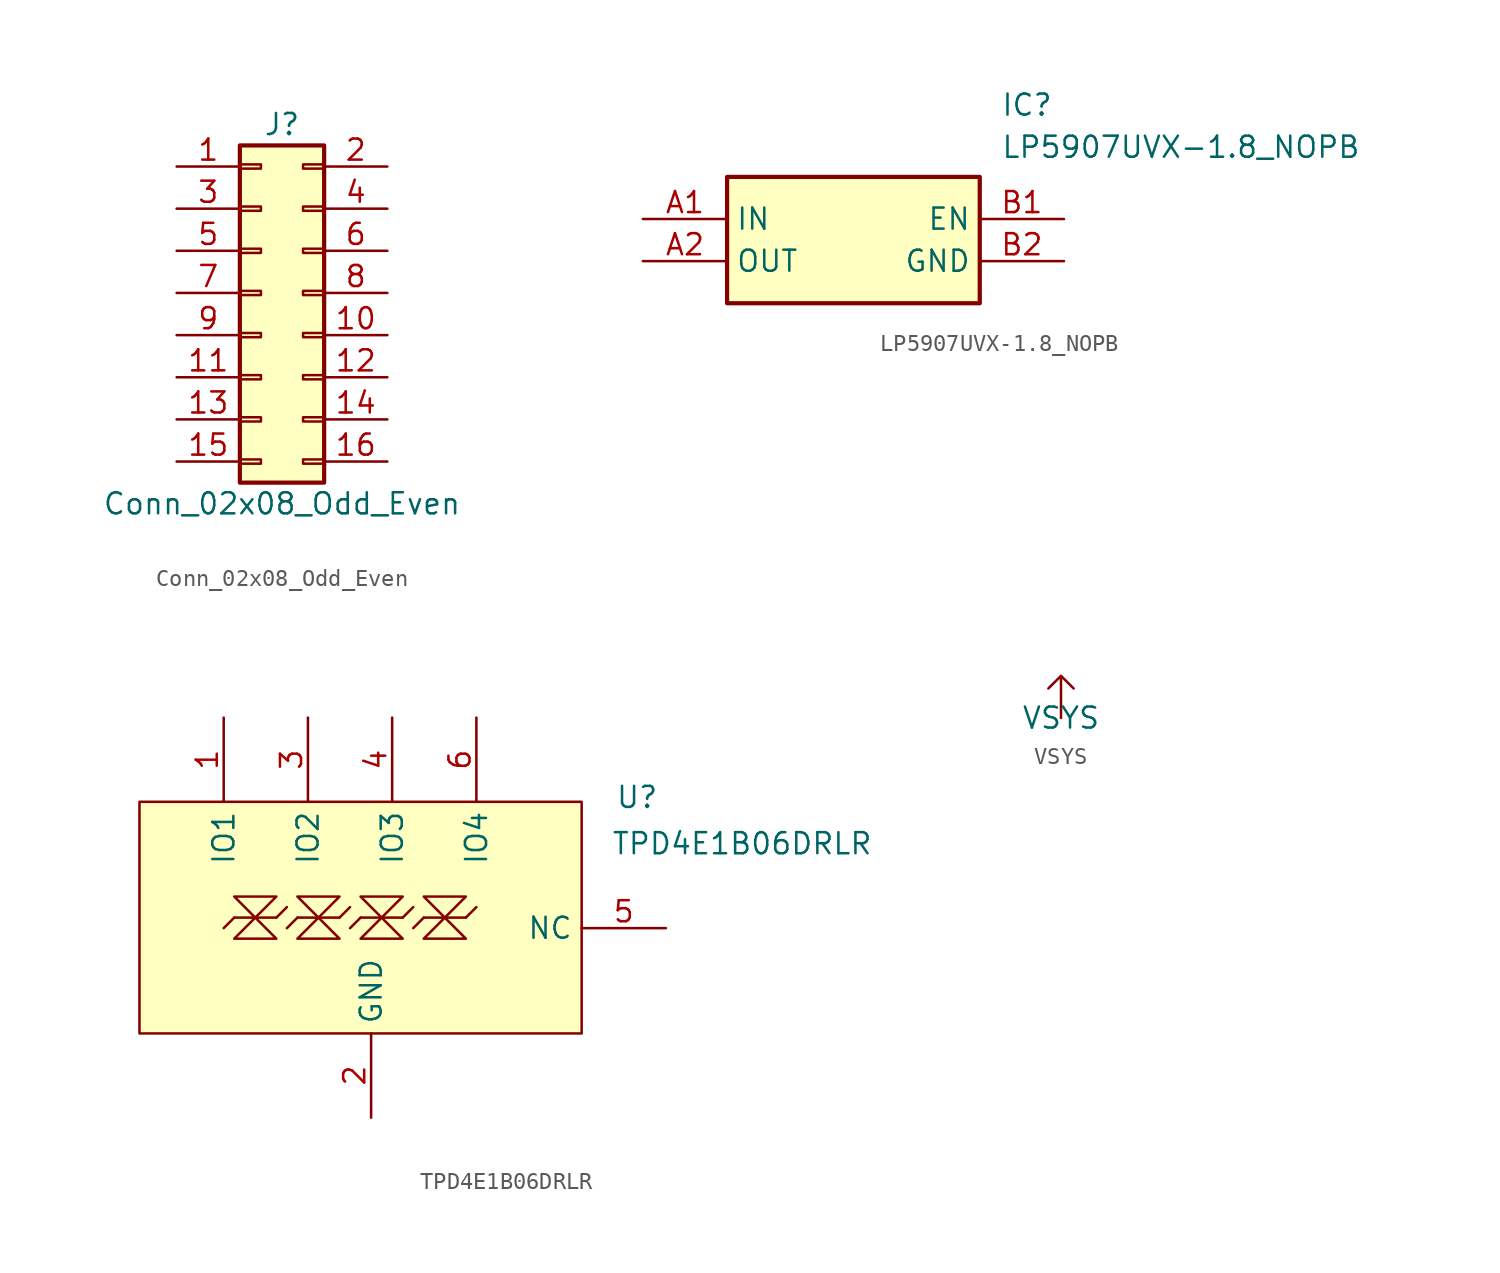
<source format=kicad_sym>
(kicad_symbol_lib
  (version 20231120)
  (generator "kicad_symbol_editor")
  (generator_version "8.0")
  (symbol "Conn_02x08_Odd_Even"
    (pin_names
      (offset 1.016) hide)
    (property "Reference" "J"
      (at 1.27 10.16 0)
      (effects (font (size 1.27 1.27))))
    (property "Value" "Conn_02x08_Odd_Even"
      (at 1.27 -12.7 0)
      (effects (font (size 1.27 1.27))))
    (symbol "Conn_02x08_Odd_Even_1_1"
      (rectangle (start -1.27 -10.033) (end 0 -10.287) (stroke (width 0.152) (type default)) (fill (type none)))
      (rectangle (start -1.27 -7.493) (end 0 -7.747) (stroke (width 0.152) (type default)) (fill (type none)))
      (rectangle (start -1.27 -4.953) (end 0 -5.207) (stroke (width 0.152) (type default)) (fill (type none)))
      (rectangle (start -1.27 -2.413) (end 0 -2.667) (stroke (width 0.152) (type default)) (fill (type none)))
      (rectangle (start -1.27 0.127) (end 0 -0.127) (stroke (width 0.152) (type default)) (fill (type none)))
      (rectangle (start -1.27 2.667) (end 0 2.413) (stroke (width 0.152) (type default)) (fill (type none)))
      (rectangle (start -1.27 5.207) (end 0 4.953) (stroke (width 0.152) (type default)) (fill (type none)))
      (rectangle (start -1.27 7.747) (end 0 7.493) (stroke (width 0.152) (type default)) (fill (type none)))
      (rectangle (start -1.27 8.89) (end 3.81 -11.43) (stroke (width 0.254) (type default)) (fill (type background)))
      (rectangle (start 3.81 -10.033) (end 2.54 -10.287) (stroke (width 0.152) (type default)) (fill (type none)))
      (rectangle (start 3.81 -7.493) (end 2.54 -7.747) (stroke (width 0.152) (type default)) (fill (type none)))
      (rectangle (start 3.81 -4.953) (end 2.54 -5.207) (stroke (width 0.152) (type default)) (fill (type none)))
      (rectangle (start 3.81 -2.413) (end 2.54 -2.667) (stroke (width 0.152) (type default)) (fill (type none)))
      (rectangle (start 3.81 0.127) (end 2.54 -0.127) (stroke (width 0.152) (type default)) (fill (type none)))
      (rectangle (start 3.81 2.667) (end 2.54 2.413) (stroke (width 0.152) (type default)) (fill (type none)))
      (rectangle (start 3.81 5.207) (end 2.54 4.953) (stroke (width 0.152) (type default)) (fill (type none)))
      (rectangle (start 3.81 7.747) (end 2.54 7.493) (stroke (width 0.152) (type default)) (fill (type none)))
      (pin passive line (at -5.08 7.62 0) (length 3.81) (name "Pin_1" (effects (font (size 1.27 1.27)))) (number "1" (effects (font (size 1.27 1.27)))))
      (pin passive line (at 7.62 -2.54 180) (length 3.81) (name "Pin_10" (effects (font (size 1.27 1.27)))) (number "10" (effects (font (size 1.27 1.27)))))
      (pin passive line (at -5.08 -5.08 0) (length 3.81) (name "Pin_11" (effects (font (size 1.27 1.27)))) (number "11" (effects (font (size 1.27 1.27)))))
      (pin passive line (at 7.62 -5.08 180) (length 3.81) (name "Pin_12" (effects (font (size 1.27 1.27)))) (number "12" (effects (font (size 1.27 1.27)))))
      (pin passive line (at -5.08 -7.62 0) (length 3.81) (name "Pin_13" (effects (font (size 1.27 1.27)))) (number "13" (effects (font (size 1.27 1.27)))))
      (pin passive line (at 7.62 -7.62 180) (length 3.81) (name "Pin_14" (effects (font (size 1.27 1.27)))) (number "14" (effects (font (size 1.27 1.27)))))
      (pin passive line (at -5.08 -10.16 0) (length 3.81) (name "Pin_15" (effects (font (size 1.27 1.27)))) (number "15" (effects (font (size 1.27 1.27)))))
      (pin passive line (at 7.62 -10.16 180) (length 3.81) (name "Pin_16" (effects (font (size 1.27 1.27)))) (number "16" (effects (font (size 1.27 1.27)))))
      (pin passive line (at 7.62 7.62 180) (length 3.81) (name "Pin_2" (effects (font (size 1.27 1.27)))) (number "2" (effects (font (size 1.27 1.27)))))
      (pin passive line (at -5.08 5.08 0) (length 3.81) (name "Pin_3" (effects (font (size 1.27 1.27)))) (number "3" (effects (font (size 1.27 1.27)))))
      (pin passive line (at 7.62 5.08 180) (length 3.81) (name "Pin_4" (effects (font (size 1.27 1.27)))) (number "4" (effects (font (size 1.27 1.27)))))
      (pin passive line (at -5.08 2.54 0) (length 3.81) (name "Pin_5" (effects (font (size 1.27 1.27)))) (number "5" (effects (font (size 1.27 1.27)))))
      (pin passive line (at 7.62 2.54 180) (length 3.81) (name "Pin_6" (effects (font (size 1.27 1.27)))) (number "6" (effects (font (size 1.27 1.27)))))
      (pin passive line (at -5.08 0 0) (length 3.81) (name "Pin_7" (effects (font (size 1.27 1.27)))) (number "7" (effects (font (size 1.27 1.27)))))
      (pin passive line (at 7.62 0 180) (length 3.81) (name "Pin_8" (effects (font (size 1.27 1.27)))) (number "8" (effects (font (size 1.27 1.27)))))
      (pin passive line (at -5.08 -2.54 0) (length 3.81) (name "Pin_9" (effects (font (size 1.27 1.27)))) (number "9" (effects (font (size 1.27 1.27)))))))
  (symbol "LP5907UVX-1.8_NOPB"
    (property "Reference" "IC"
      (at 21.59 7.62 0)
      (effects (font (size 1.27 1.27)) (justify left top)))
    (property "Value" "LP5907UVX-1.8_NOPB"
      (at 21.59 5.08 0)
      (effects (font (size 1.27 1.27)) (justify left top)))
    (symbol "LP5907UVX-1.8_NOPB_1_1"
      (rectangle (start 5.08 2.54) (end 20.32 -5.08) (stroke (width 0.254) (type default)) (fill (type background)))
      (pin passive line (at 0 0 0) (length 5.08) (name "IN" (effects (font (size 1.27 1.27)))) (number "A1" (effects (font (size 1.27 1.27)))))
      (pin passive line (at 0 -2.54 0) (length 5.08) (name "OUT" (effects (font (size 1.27 1.27)))) (number "A2" (effects (font (size 1.27 1.27)))))
      (pin passive line (at 25.4 0 180) (length 5.08) (name "EN" (effects (font (size 1.27 1.27)))) (number "B1" (effects (font (size 1.27 1.27)))))
      (pin passive line (at 25.4 -2.54 180) (length 5.08) (name "GND" (effects (font (size 1.27 1.27)))) (number "B2" (effects (font (size 1.27 1.27)))))))
  (symbol "TPD4E1B06DRLR"
    (property "Reference" "U"
      (at 31.242 7.366 0)
      (effects (font (size 1.27 1.27)) (justify left top)))
    (property "Value" "TPD4E1B06DRLR"
      (at 30.988 4.572 0)
      (effects (font (size 1.27 1.27)) (justify left top)))
    (symbol "TPD4E1B06DRLR_0_1"
      (polyline (pts (xy 8.255 -0.635) (xy 7.62 -1.27)) (stroke (width 0) (type default)) (fill (type none)))
      (polyline (pts (xy 10.795 -0.635) (xy 11.43 0)) (stroke (width 0) (type default)) (fill (type none)))
      (polyline (pts (xy 12.065 -0.635) (xy 11.43 -1.27)) (stroke (width 0) (type default)) (fill (type none)))
      (polyline (pts (xy 14.605 -0.635) (xy 15.24 0)) (stroke (width 0) (type default)) (fill (type none)))
      (polyline (pts (xy 15.875 -0.635) (xy 15.24 -1.27)) (stroke (width 0) (type default)) (fill (type none)))
      (polyline (pts (xy 18.415 -0.635) (xy 19.05 0)) (stroke (width 0) (type default)) (fill (type none)))
      (polyline (pts (xy 19.685 -0.635) (xy 19.05 -1.27)) (stroke (width 0) (type default)) (fill (type none)))
      (polyline (pts (xy 22.225 -0.635) (xy 22.86 0)) (stroke (width 0) (type default)) (fill (type none)))
      (polyline (pts (xy 9.525 -0.635) (xy 8.255 0.635) (xy 10.795 0.635) (xy 9.525 -0.635)) (stroke (width 0) (type default)) (fill (type none)))
      (polyline (pts (xy 13.335 -0.635) (xy 12.065 0.635) (xy 14.605 0.635) (xy 13.335 -0.635)) (stroke (width 0) (type default)) (fill (type none)))
      (polyline (pts (xy 17.145 -0.635) (xy 15.875 0.635) (xy 18.415 0.635) (xy 17.145 -0.635)) (stroke (width 0) (type default)) (fill (type none)))
      (polyline (pts (xy 20.955 -0.635) (xy 19.685 0.635) (xy 22.225 0.635) (xy 20.955 -0.635)) (stroke (width 0) (type default)) (fill (type none)))
      (polyline (pts (xy 9.525 -0.635) (xy 8.255 -1.905) (xy 10.795 -1.905) (xy 9.525 -0.635) (xy 10.795 -0.635) (xy 8.255 -0.635)) (stroke (width 0) (type default)) (fill (type none)))
      (polyline (pts (xy 13.335 -0.635) (xy 12.065 -1.905) (xy 14.605 -1.905) (xy 13.335 -0.635) (xy 14.605 -0.635) (xy 12.065 -0.635)) (stroke (width 0) (type default)) (fill (type none)))
      (polyline (pts (xy 17.145 -0.635) (xy 15.875 -1.905) (xy 18.415 -1.905) (xy 17.145 -0.635) (xy 18.415 -0.635) (xy 15.875 -0.635)) (stroke (width 0) (type default)) (fill (type none)))
      (polyline (pts (xy 20.955 -0.635) (xy 19.685 -1.905) (xy 22.225 -1.905) (xy 20.955 -0.635) (xy 22.225 -0.635) (xy 19.685 -0.635)) (stroke (width 0) (type default)) (fill (type none))))
    (symbol "TPD4E1B06DRLR_1_1"
      (rectangle (start 2.54 6.35) (end 29.21 -7.62) (stroke (width 0) (type default)) (fill (type background)))
      (pin passive line (at 7.62 11.43 270) (length 5.08) (name "IO1" (effects (font (size 1.27 1.27)))) (number "1" (effects (font (size 1.27 1.27)))))
      (pin passive line (at 16.51 -12.7 90) (length 5.08) (name "GND" (effects (font (size 1.27 1.27)))) (number "2" (effects (font (size 1.27 1.27)))))
      (pin passive line (at 12.7 11.43 270) (length 5.08) (name "IO2" (effects (font (size 1.27 1.27)))) (number "3" (effects (font (size 1.27 1.27)))))
      (pin passive line (at 17.78 11.43 270) (length 5.08) (name "IO3" (effects (font (size 1.27 1.27)))) (number "4" (effects (font (size 1.27 1.27)))))
      (pin free line (at 34.29 -1.27 180) (length 5.08) (name "NC" (effects (font (size 1.27 1.27)))) (number "5" (effects (font (size 1.27 1.27)))))
      (pin passive line (at 22.86 11.43 270) (length 5.08) (name "IO4" (effects (font (size 1.27 1.27)))) (number "6" (effects (font (size 1.27 1.27)))))))
  (symbol "VSYS"
    (power)
    (property "Reference" "#PWR"
      (at 0 0 0)
      (effects (font (size 1.27 1.27)) (hide yes)))
    (property "Value" "VSYS"
      (at 0 0 0)
      (effects (font (size 1.27 1.27))))
    (symbol "VSYS_0_1"
      (polyline (pts (xy 0 0) (xy 0 2.54) (xy -0.762 1.778) (xy 0 2.54) (xy 0.762 1.778)) (stroke (width 0) (type default)) (fill (type none))))
    (symbol "VSYS_1_1"
      (pin input line (at 0 0 90) (length 0) hide (name "VSYS" (effects (font (size 1.27 1.27)))) (number "1" (effects (font (size 1.27 1.27))))))))
</source>
